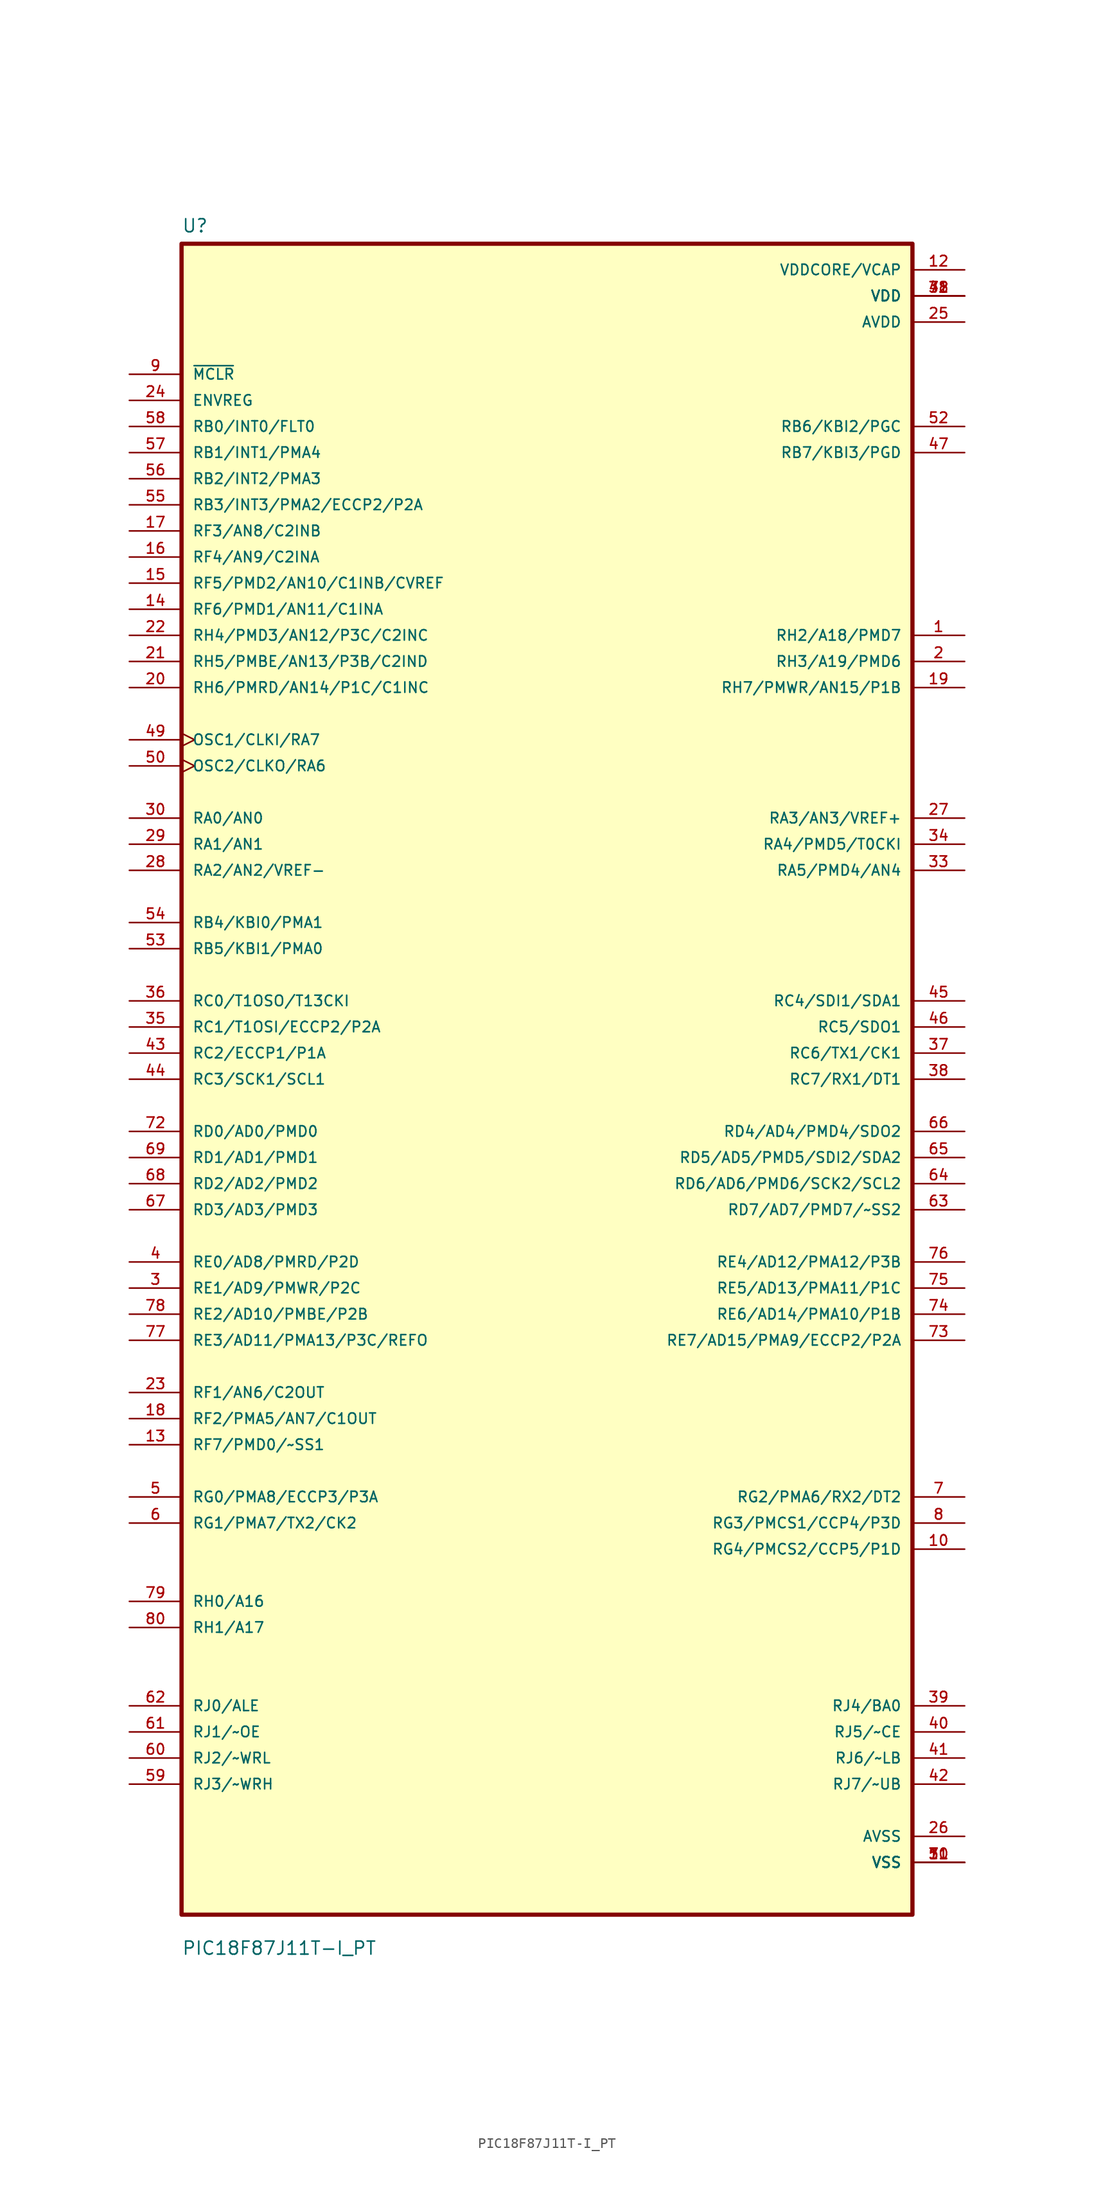
<source format=kicad_sym>
(kicad_symbol_lib
  (version 20241209)
  (generator "kicad_symbol_editor")
  (generator_version "9.0")
  (symbol "PIC18F87J11T-I_PT"
    (pin_names
      (offset 1.016))
    (property "Reference" "U"
      (at -35.56 82.28 0)
      (effects (font (size 1.27 1.27)) (justify left bottom)))
    (property "Value" "PIC18F87J11T-I_PT"
      (at -35.56 -85.28 0)
      (effects (font (size 1.27 1.27)) (justify left bottom)))
    (symbol "PIC18F87J11T-I_PT_0_0"
      (rectangle (start -35.56 -81.28) (end 35.56 81.28) (stroke (width 0.41) (type default)) (fill (type background)))
      (pin input line (at -40.64 68.58 0) (length 5.08) (name "~{MCLR}" (effects (font (size 1.016 1.016)))) (number "9" (effects (font (size 1.016 1.016)))))
      (pin input line (at -40.64 66.04 0) (length 5.08) (name "ENVREG" (effects (font (size 1.016 1.016)))) (number "24" (effects (font (size 1.016 1.016)))))
      (pin input line (at -40.64 63.5 0) (length 5.08) (name "RB0/INT0/FLT0" (effects (font (size 1.016 1.016)))) (number "58" (effects (font (size 1.016 1.016)))))
      (pin input line (at -40.64 60.96 0) (length 5.08) (name "RB1/INT1/PMA4" (effects (font (size 1.016 1.016)))) (number "57" (effects (font (size 1.016 1.016)))))
      (pin input line (at -40.64 58.42 0) (length 5.08) (name "RB2/INT2/PMA3" (effects (font (size 1.016 1.016)))) (number "56" (effects (font (size 1.016 1.016)))))
      (pin input line (at -40.64 55.88 0) (length 5.08) (name "RB3/INT3/PMA2/ECCP2/P2A" (effects (font (size 1.016 1.016)))) (number "55" (effects (font (size 1.016 1.016)))))
      (pin input line (at -40.64 53.34 0) (length 5.08) (name "RF3/AN8/C2INB" (effects (font (size 1.016 1.016)))) (number "17" (effects (font (size 1.016 1.016)))))
      (pin input line (at -40.64 50.8 0) (length 5.08) (name "RF4/AN9/C2INA" (effects (font (size 1.016 1.016)))) (number "16" (effects (font (size 1.016 1.016)))))
      (pin input line (at -40.64 48.26 0) (length 5.08) (name "RF5/PMD2/AN10/C1INB/CVREF" (effects (font (size 1.016 1.016)))) (number "15" (effects (font (size 1.016 1.016)))))
      (pin input line (at -40.64 45.72 0) (length 5.08) (name "RF6/PMD1/AN11/C1INA" (effects (font (size 1.016 1.016)))) (number "14" (effects (font (size 1.016 1.016)))))
      (pin input line (at -40.64 43.18 0) (length 5.08) (name "RH4/PMD3/AN12/P3C/C2INC" (effects (font (size 1.016 1.016)))) (number "22" (effects (font (size 1.016 1.016)))))
      (pin input line (at -40.64 40.64 0) (length 5.08) (name "RH5/PMBE/AN13/P3B/C2IND" (effects (font (size 1.016 1.016)))) (number "21" (effects (font (size 1.016 1.016)))))
      (pin input line (at -40.64 38.1 0) (length 5.08) (name "RH6/PMRD/AN14/P1C/C1INC" (effects (font (size 1.016 1.016)))) (number "20" (effects (font (size 1.016 1.016)))))
      (pin bidirectional clock (at -40.64 33.02 0) (length 5.08) (name "OSC1/CLKI/RA7" (effects (font (size 1.016 1.016)))) (number "49" (effects (font (size 1.016 1.016)))))
      (pin bidirectional clock (at -40.64 30.48 0) (length 5.08) (name "OSC2/CLKO/RA6" (effects (font (size 1.016 1.016)))) (number "50" (effects (font (size 1.016 1.016)))))
      (pin bidirectional line (at -40.64 25.4 0) (length 5.08) (name "RA0/AN0" (effects (font (size 1.016 1.016)))) (number "30" (effects (font (size 1.016 1.016)))))
      (pin bidirectional line (at -40.64 22.86 0) (length 5.08) (name "RA1/AN1" (effects (font (size 1.016 1.016)))) (number "29" (effects (font (size 1.016 1.016)))))
      (pin bidirectional line (at -40.64 20.32 0) (length 5.08) (name "RA2/AN2/VREF-" (effects (font (size 1.016 1.016)))) (number "28" (effects (font (size 1.016 1.016)))))
      (pin bidirectional line (at -40.64 15.24 0) (length 5.08) (name "RB4/KBI0/PMA1" (effects (font (size 1.016 1.016)))) (number "54" (effects (font (size 1.016 1.016)))))
      (pin bidirectional line (at -40.64 12.7 0) (length 5.08) (name "RB5/KBI1/PMA0" (effects (font (size 1.016 1.016)))) (number "53" (effects (font (size 1.016 1.016)))))
      (pin bidirectional line (at -40.64 7.62 0) (length 5.08) (name "RC0/T1OSO/T13CKI" (effects (font (size 1.016 1.016)))) (number "36" (effects (font (size 1.016 1.016)))))
      (pin bidirectional line (at -40.64 5.08 0) (length 5.08) (name "RC1/T1OSI/ECCP2/P2A" (effects (font (size 1.016 1.016)))) (number "35" (effects (font (size 1.016 1.016)))))
      (pin bidirectional line (at -40.64 2.54 0) (length 5.08) (name "RC2/ECCP1/P1A" (effects (font (size 1.016 1.016)))) (number "43" (effects (font (size 1.016 1.016)))))
      (pin bidirectional line (at -40.64 0 0) (length 5.08) (name "RC3/SCK1/SCL1" (effects (font (size 1.016 1.016)))) (number "44" (effects (font (size 1.016 1.016)))))
      (pin bidirectional line (at -40.64 -5.08 0) (length 5.08) (name "RD0/AD0/PMD0" (effects (font (size 1.016 1.016)))) (number "72" (effects (font (size 1.016 1.016)))))
      (pin bidirectional line (at -40.64 -7.62 0) (length 5.08) (name "RD1/AD1/PMD1" (effects (font (size 1.016 1.016)))) (number "69" (effects (font (size 1.016 1.016)))))
      (pin bidirectional line (at -40.64 -10.16 0) (length 5.08) (name "RD2/AD2/PMD2" (effects (font (size 1.016 1.016)))) (number "68" (effects (font (size 1.016 1.016)))))
      (pin bidirectional line (at -40.64 -12.7 0) (length 5.08) (name "RD3/AD3/PMD3" (effects (font (size 1.016 1.016)))) (number "67" (effects (font (size 1.016 1.016)))))
      (pin bidirectional line (at -40.64 -17.78 0) (length 5.08) (name "RE0/AD8/PMRD/P2D" (effects (font (size 1.016 1.016)))) (number "4" (effects (font (size 1.016 1.016)))))
      (pin bidirectional line (at -40.64 -20.32 0) (length 5.08) (name "RE1/AD9/PMWR/P2C" (effects (font (size 1.016 1.016)))) (number "3" (effects (font (size 1.016 1.016)))))
      (pin bidirectional line (at -40.64 -22.86 0) (length 5.08) (name "RE2/AD10/PMBE/P2B" (effects (font (size 1.016 1.016)))) (number "78" (effects (font (size 1.016 1.016)))))
      (pin bidirectional line (at -40.64 -25.4 0) (length 5.08) (name "RE3/AD11/PMA13/P3C/REFO" (effects (font (size 1.016 1.016)))) (number "77" (effects (font (size 1.016 1.016)))))
      (pin bidirectional line (at -40.64 -30.48 0) (length 5.08) (name "RF1/AN6/C2OUT" (effects (font (size 1.016 1.016)))) (number "23" (effects (font (size 1.016 1.016)))))
      (pin bidirectional line (at -40.64 -33.02 0) (length 5.08) (name "RF2/PMA5/AN7/C1OUT" (effects (font (size 1.016 1.016)))) (number "18" (effects (font (size 1.016 1.016)))))
      (pin bidirectional line (at -40.64 -35.56 0) (length 5.08) (name "RF7/PMD0/~SS1" (effects (font (size 1.016 1.016)))) (number "13" (effects (font (size 1.016 1.016)))))
      (pin bidirectional line (at -40.64 -40.64 0) (length 5.08) (name "RG0/PMA8/ECCP3/P3A" (effects (font (size 1.016 1.016)))) (number "5" (effects (font (size 1.016 1.016)))))
      (pin bidirectional line (at -40.64 -43.18 0) (length 5.08) (name "RG1/PMA7/TX2/CK2" (effects (font (size 1.016 1.016)))) (number "6" (effects (font (size 1.016 1.016)))))
      (pin bidirectional line (at -40.64 -50.8 0) (length 5.08) (name "RH0/A16" (effects (font (size 1.016 1.016)))) (number "79" (effects (font (size 1.016 1.016)))))
      (pin bidirectional line (at -40.64 -53.34 0) (length 5.08) (name "RH1/A17" (effects (font (size 1.016 1.016)))) (number "80" (effects (font (size 1.016 1.016)))))
      (pin bidirectional line (at -40.64 -60.96 0) (length 5.08) (name "RJ0/ALE" (effects (font (size 1.016 1.016)))) (number "62" (effects (font (size 1.016 1.016)))))
      (pin bidirectional line (at -40.64 -63.5 0) (length 5.08) (name "RJ1/~OE" (effects (font (size 1.016 1.016)))) (number "61" (effects (font (size 1.016 1.016)))))
      (pin bidirectional line (at -40.64 -66.04 0) (length 5.08) (name "RJ2/~WRL" (effects (font (size 1.016 1.016)))) (number "60" (effects (font (size 1.016 1.016)))))
      (pin bidirectional line (at -40.64 -68.58 0) (length 5.08) (name "RJ3/~WRH" (effects (font (size 1.016 1.016)))) (number "59" (effects (font (size 1.016 1.016)))))
      (pin power_in line (at 40.64 78.74 180) (length 5.08) (name "VDDCORE/VCAP" (effects (font (size 1.016 1.016)))) (number "12" (effects (font (size 1.016 1.016)))))
      (pin power_in line (at 40.64 76.2 180) (length 5.08) (name "VDD" (effects (font (size 1.016 1.016)))) (number "32" (effects (font (size 1.016 1.016)))))
      (pin power_in line (at 40.64 76.2 180) (length 5.08) (name "VDD" (effects (font (size 1.016 1.016)))) (number "48" (effects (font (size 1.016 1.016)))))
      (pin power_in line (at 40.64 76.2 180) (length 5.08) (name "VDD" (effects (font (size 1.016 1.016)))) (number "71" (effects (font (size 1.016 1.016)))))
      (pin power_in line (at 40.64 73.66 180) (length 5.08) (name "AVDD" (effects (font (size 1.016 1.016)))) (number "25" (effects (font (size 1.016 1.016)))))
      (pin bidirectional line (at 40.64 63.5 180) (length 5.08) (name "RB6/KBI2/PGC" (effects (font (size 1.016 1.016)))) (number "52" (effects (font (size 1.016 1.016)))))
      (pin bidirectional line (at 40.64 60.96 180) (length 5.08) (name "RB7/KBI3/PGD" (effects (font (size 1.016 1.016)))) (number "47" (effects (font (size 1.016 1.016)))))
      (pin bidirectional line (at 40.64 43.18 180) (length 5.08) (name "RH2/A18/PMD7" (effects (font (size 1.016 1.016)))) (number "1" (effects (font (size 1.016 1.016)))))
      (pin bidirectional line (at 40.64 40.64 180) (length 5.08) (name "RH3/A19/PMD6" (effects (font (size 1.016 1.016)))) (number "2" (effects (font (size 1.016 1.016)))))
      (pin bidirectional line (at 40.64 38.1 180) (length 5.08) (name "RH7/PMWR/AN15/P1B" (effects (font (size 1.016 1.016)))) (number "19" (effects (font (size 1.016 1.016)))))
      (pin bidirectional line (at 40.64 25.4 180) (length 5.08) (name "RA3/AN3/VREF+" (effects (font (size 1.016 1.016)))) (number "27" (effects (font (size 1.016 1.016)))))
      (pin bidirectional line (at 40.64 22.86 180) (length 5.08) (name "RA4/PMD5/T0CKI" (effects (font (size 1.016 1.016)))) (number "34" (effects (font (size 1.016 1.016)))))
      (pin bidirectional line (at 40.64 20.32 180) (length 5.08) (name "RA5/PMD4/AN4" (effects (font (size 1.016 1.016)))) (number "33" (effects (font (size 1.016 1.016)))))
      (pin bidirectional line (at 40.64 7.62 180) (length 5.08) (name "RC4/SDI1/SDA1" (effects (font (size 1.016 1.016)))) (number "45" (effects (font (size 1.016 1.016)))))
      (pin bidirectional line (at 40.64 5.08 180) (length 5.08) (name "RC5/SDO1" (effects (font (size 1.016 1.016)))) (number "46" (effects (font (size 1.016 1.016)))))
      (pin bidirectional line (at 40.64 2.54 180) (length 5.08) (name "RC6/TX1/CK1" (effects (font (size 1.016 1.016)))) (number "37" (effects (font (size 1.016 1.016)))))
      (pin bidirectional line (at 40.64 0 180) (length 5.08) (name "RC7/RX1/DT1" (effects (font (size 1.016 1.016)))) (number "38" (effects (font (size 1.016 1.016)))))
      (pin bidirectional line (at 40.64 -5.08 180) (length 5.08) (name "RD4/AD4/PMD4/SDO2" (effects (font (size 1.016 1.016)))) (number "66" (effects (font (size 1.016 1.016)))))
      (pin bidirectional line (at 40.64 -7.62 180) (length 5.08) (name "RD5/AD5/PMD5/SDI2/SDA2" (effects (font (size 1.016 1.016)))) (number "65" (effects (font (size 1.016 1.016)))))
      (pin bidirectional line (at 40.64 -10.16 180) (length 5.08) (name "RD6/AD6/PMD6/SCK2/SCL2" (effects (font (size 1.016 1.016)))) (number "64" (effects (font (size 1.016 1.016)))))
      (pin bidirectional line (at 40.64 -12.7 180) (length 5.08) (name "RD7/AD7/PMD7/~SS2" (effects (font (size 1.016 1.016)))) (number "63" (effects (font (size 1.016 1.016)))))
      (pin bidirectional line (at 40.64 -17.78 180) (length 5.08) (name "RE4/AD12/PMA12/P3B" (effects (font (size 1.016 1.016)))) (number "76" (effects (font (size 1.016 1.016)))))
      (pin bidirectional line (at 40.64 -20.32 180) (length 5.08) (name "RE5/AD13/PMA11/P1C" (effects (font (size 1.016 1.016)))) (number "75" (effects (font (size 1.016 1.016)))))
      (pin bidirectional line (at 40.64 -22.86 180) (length 5.08) (name "RE6/AD14/PMA10/P1B" (effects (font (size 1.016 1.016)))) (number "74" (effects (font (size 1.016 1.016)))))
      (pin bidirectional line (at 40.64 -25.4 180) (length 5.08) (name "RE7/AD15/PMA9/ECCP2/P2A" (effects (font (size 1.016 1.016)))) (number "73" (effects (font (size 1.016 1.016)))))
      (pin bidirectional line (at 40.64 -40.64 180) (length 5.08) (name "RG2/PMA6/RX2/DT2" (effects (font (size 1.016 1.016)))) (number "7" (effects (font (size 1.016 1.016)))))
      (pin bidirectional line (at 40.64 -43.18 180) (length 5.08) (name "RG3/PMCS1/CCP4/P3D" (effects (font (size 1.016 1.016)))) (number "8" (effects (font (size 1.016 1.016)))))
      (pin bidirectional line (at 40.64 -45.72 180) (length 5.08) (name "RG4/PMCS2/CCP5/P1D" (effects (font (size 1.016 1.016)))) (number "10" (effects (font (size 1.016 1.016)))))
      (pin bidirectional line (at 40.64 -60.96 180) (length 5.08) (name "RJ4/BA0" (effects (font (size 1.016 1.016)))) (number "39" (effects (font (size 1.016 1.016)))))
      (pin bidirectional line (at 40.64 -63.5 180) (length 5.08) (name "RJ5/~CE" (effects (font (size 1.016 1.016)))) (number "40" (effects (font (size 1.016 1.016)))))
      (pin bidirectional line (at 40.64 -66.04 180) (length 5.08) (name "RJ6/~LB" (effects (font (size 1.016 1.016)))) (number "41" (effects (font (size 1.016 1.016)))))
      (pin bidirectional line (at 40.64 -68.58 180) (length 5.08) (name "RJ7/~UB" (effects (font (size 1.016 1.016)))) (number "42" (effects (font (size 1.016 1.016)))))
      (pin power_in line (at 40.64 -73.66 180) (length 5.08) (name "AVSS" (effects (font (size 1.016 1.016)))) (number "26" (effects (font (size 1.016 1.016)))))
      (pin power_in line (at 40.64 -76.2 180) (length 5.08) (name "VSS" (effects (font (size 1.016 1.016)))) (number "11" (effects (font (size 1.016 1.016)))))
      (pin power_in line (at 40.64 -76.2 180) (length 5.08) (name "VSS" (effects (font (size 1.016 1.016)))) (number "31" (effects (font (size 1.016 1.016)))))
      (pin power_in line (at 40.64 -76.2 180) (length 5.08) (name "VSS" (effects (font (size 1.016 1.016)))) (number "51" (effects (font (size 1.016 1.016)))))
      (pin power_in line (at 40.64 -76.2 180) (length 5.08) (name "VSS" (effects (font (size 1.016 1.016)))) (number "70" (effects (font (size 1.016 1.016))))))))
</source>
